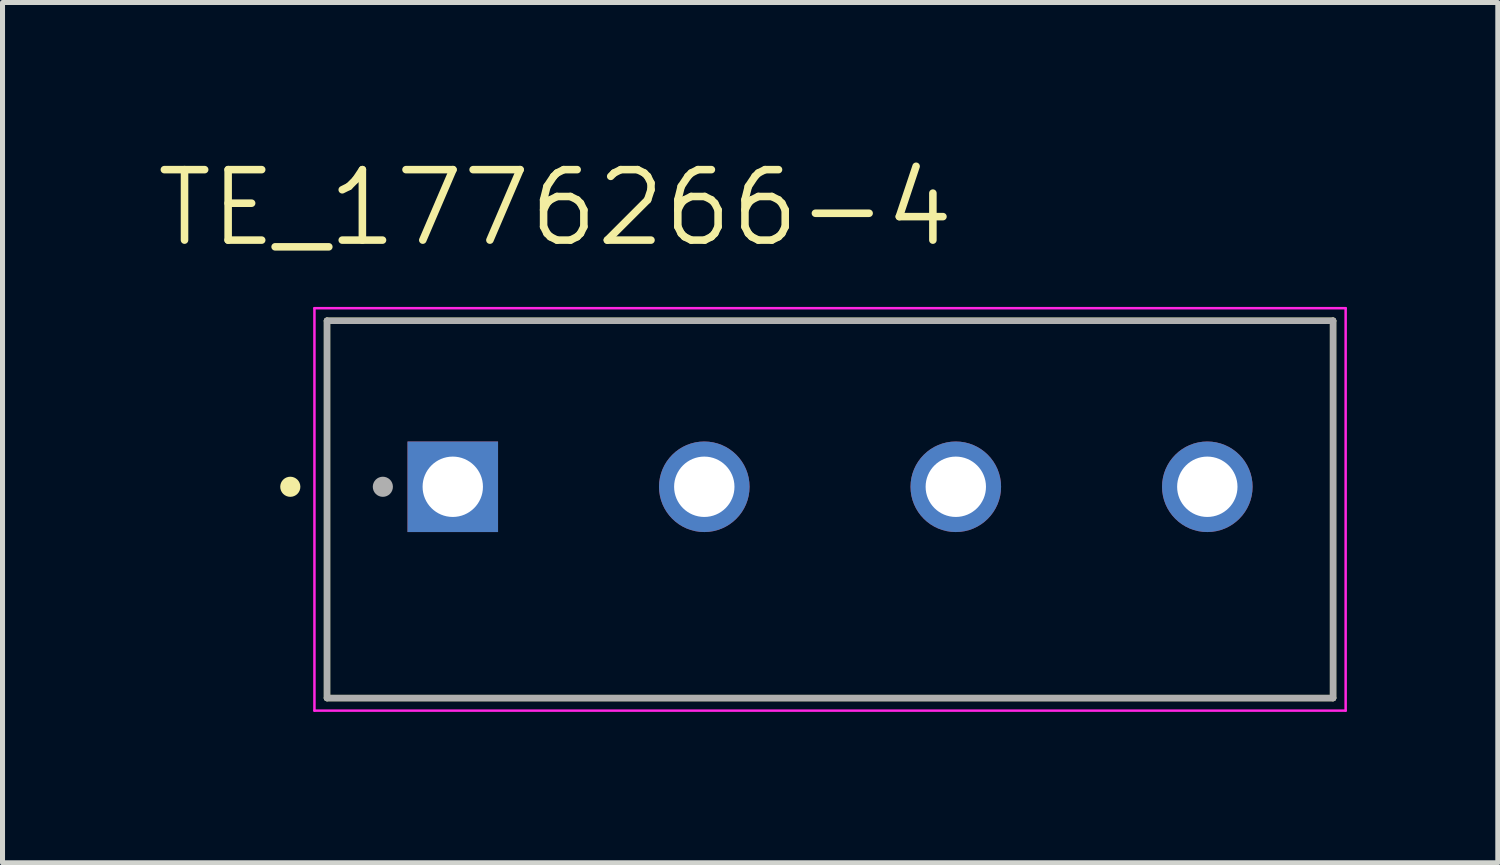
<source format=kicad_pcb>
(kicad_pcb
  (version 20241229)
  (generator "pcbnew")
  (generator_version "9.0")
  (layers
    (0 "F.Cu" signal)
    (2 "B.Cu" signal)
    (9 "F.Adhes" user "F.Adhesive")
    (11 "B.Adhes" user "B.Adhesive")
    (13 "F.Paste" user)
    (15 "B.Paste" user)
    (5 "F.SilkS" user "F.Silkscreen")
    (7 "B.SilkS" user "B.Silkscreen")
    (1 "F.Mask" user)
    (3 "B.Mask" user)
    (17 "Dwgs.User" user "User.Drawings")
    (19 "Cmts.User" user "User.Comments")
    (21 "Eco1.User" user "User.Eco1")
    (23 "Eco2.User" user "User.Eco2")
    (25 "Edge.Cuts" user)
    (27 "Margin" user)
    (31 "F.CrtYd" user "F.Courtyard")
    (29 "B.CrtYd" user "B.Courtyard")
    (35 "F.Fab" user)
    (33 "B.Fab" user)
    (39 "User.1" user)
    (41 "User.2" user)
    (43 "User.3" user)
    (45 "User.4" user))
  (footprint "TE_1776266-4"
    (layer "F.Cu")
    (at 5.951 6.627)
    (property "Reference" "TE_1776266-4" (at 2.039 -5.544 0) (layer "F.SilkS") (effects (font (size 1.401 1.401) (thickness 0.15))))
    (attr through_hole)
    (fp_line (start -2.5 -3.3) (end -2.5 4.2) (stroke (width 0.127) (type solid)) (layer "F.SilkS"))
    (fp_line (start -2.5 4.2) (end 17.5 4.2) (stroke (width 0.127) (type solid)) (layer "F.SilkS"))
    (fp_line (start 17.5 -3.3) (end -2.5 -3.3) (stroke (width 0.127) (type solid)) (layer "F.SilkS"))
    (fp_line (start 17.5 4.2) (end 17.5 -3.3) (stroke (width 0.127) (type solid)) (layer "F.SilkS"))
    (fp_circle (center -3.23 0) (end -3.13 0) (stroke (width 0.2) (type solid)) (fill no) (layer "F.SilkS"))
    (fp_line (start -2.75 -3.55) (end 17.75 -3.55) (stroke (width 0.05) (type solid)) (layer "F.CrtYd"))
    (fp_line (start -2.75 4.45) (end -2.75 -3.55) (stroke (width 0.05) (type solid)) (layer "F.CrtYd"))
    (fp_line (start 17.75 -3.55) (end 17.75 4.45) (stroke (width 0.05) (type solid)) (layer "F.CrtYd"))
    (fp_line (start 17.75 4.45) (end -2.75 4.45) (stroke (width 0.05) (type solid)) (layer "F.CrtYd"))
    (fp_line (start -2.5 -3.3) (end -2.5 4.2) (stroke (width 0.127) (type solid)) (layer "F.Fab"))
    (fp_line (start -2.5 4.2) (end 17.5 4.2) (stroke (width 0.127) (type solid)) (layer "F.Fab"))
    (fp_line (start 17.5 -3.3) (end -2.5 -3.3) (stroke (width 0.127) (type solid)) (layer "F.Fab"))
    (fp_line (start 17.5 4.2) (end 17.5 -3.3) (stroke (width 0.127) (type solid)) (layer "F.Fab"))
    (fp_circle (center -1.39 0) (end -1.29 0) (stroke (width 0.2) (type solid)) (fill no) (layer "F.Fab"))
    (pad "1" thru_hole rect (at 0 0) (size 1.8 1.8) (drill 1.2) (layers "*.Cu" "*.Mask"))
    (pad "2" thru_hole circle (at 5 0) (size 1.8 1.8) (drill 1.2) (layers "*.Cu" "*.Mask"))
    (pad "3" thru_hole circle (at 10 0) (size 1.8 1.8) (drill 1.2) (layers "*.Cu" "*.Mask"))
    (pad "4" thru_hole circle (at 15 0) (size 1.8 1.8) (drill 1.2) (layers "*.Cu" "*.Mask")))
  (gr_rect
    (start -3 -3)
    (end 26.726 14.102)
    (stroke (width 0.1) (type default))
    (fill no)
    (layer "Edge.Cuts")))
</source>
